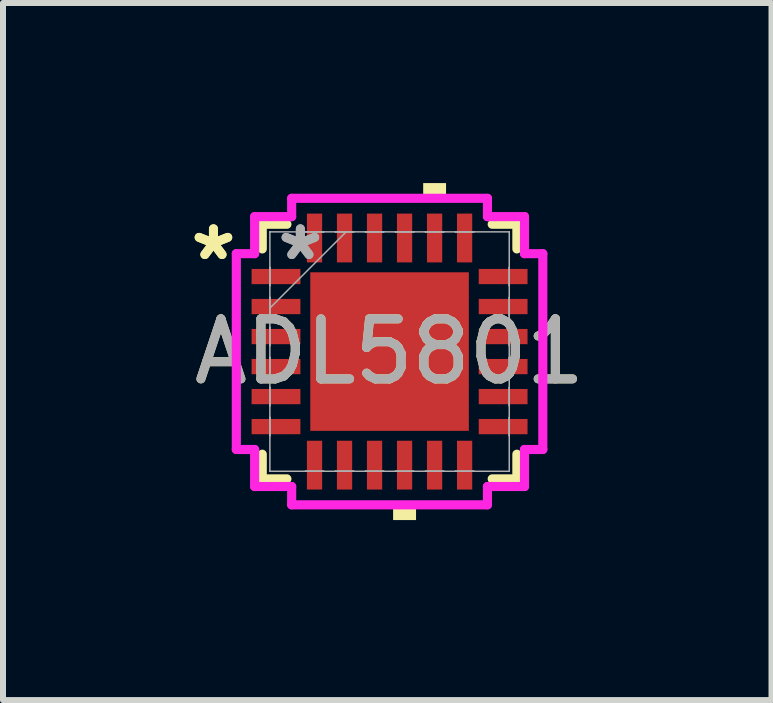
<source format=kicad_pcb>
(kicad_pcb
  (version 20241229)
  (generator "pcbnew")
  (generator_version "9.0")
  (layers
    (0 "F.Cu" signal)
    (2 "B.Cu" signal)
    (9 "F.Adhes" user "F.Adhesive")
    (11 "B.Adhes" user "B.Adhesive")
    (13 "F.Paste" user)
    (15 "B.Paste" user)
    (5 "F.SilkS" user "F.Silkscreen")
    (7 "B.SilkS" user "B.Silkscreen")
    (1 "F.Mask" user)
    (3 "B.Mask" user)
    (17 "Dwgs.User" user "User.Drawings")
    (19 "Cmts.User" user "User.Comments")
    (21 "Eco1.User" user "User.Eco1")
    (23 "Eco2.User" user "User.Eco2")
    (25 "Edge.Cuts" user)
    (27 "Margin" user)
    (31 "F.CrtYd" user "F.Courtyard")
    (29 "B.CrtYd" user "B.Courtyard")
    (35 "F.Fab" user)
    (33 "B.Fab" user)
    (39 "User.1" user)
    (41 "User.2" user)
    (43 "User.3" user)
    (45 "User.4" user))
  (footprint "ADL5801"
    (layer "F.Cu")
    (at 3.44 2.807)
    (property "Reference" "ADL5801" (at 0 0 0) (unlocked yes) (layer "F.SilkS") (effects (font (size 1 1) (thickness 0.15))))
    (attr smd)
    (fp_line (start -2.121 -2.121) (end -2.121 -1.71) (stroke (width 0.152) (type solid)) (layer "F.SilkS"))
    (fp_line (start -2.121 1.71) (end -2.121 2.121) (stroke (width 0.152) (type solid)) (layer "F.SilkS"))
    (fp_line (start -2.121 2.121) (end -1.71 2.121) (stroke (width 0.152) (type solid)) (layer "F.SilkS"))
    (fp_line (start -1.71 -2.121) (end -2.121 -2.121) (stroke (width 0.152) (type solid)) (layer "F.SilkS"))
    (fp_line (start 1.71 2.121) (end 2.121 2.121) (stroke (width 0.152) (type solid)) (layer "F.SilkS"))
    (fp_line (start 2.121 -2.121) (end 1.71 -2.121) (stroke (width 0.152) (type solid)) (layer "F.SilkS"))
    (fp_line (start 2.121 -1.71) (end 2.121 -2.121) (stroke (width 0.152) (type solid)) (layer "F.SilkS"))
    (fp_line (start 2.121 2.121) (end 2.121 1.71) (stroke (width 0.152) (type solid)) (layer "F.SilkS"))
    (fp_poly (pts (xy 0.059 2.553) (xy 0.059 2.807) (xy 0.441 2.807) (xy 0.441 2.553)) (stroke (width 0) (type solid)) (fill yes) (layer "F.SilkS"))
    (fp_poly (pts (xy 0.56 -2.553) (xy 0.56 -2.807) (xy 0.941 -2.807) (xy 0.941 -2.553)) (stroke (width 0) (type solid)) (fill yes) (layer "F.SilkS"))
    (fp_poly (pts (xy -1.221 -1.221) (xy -1.221 -0.1) (xy -0.1 -0.1) (xy -0.1 -1.221)) (stroke (width 0) (type solid)) (fill yes) (layer "F.Paste"))
    (fp_poly (pts (xy -1.221 0.1) (xy -1.221 1.221) (xy -0.1 1.221) (xy -0.1 0.1)) (stroke (width 0) (type solid)) (fill yes) (layer "F.Paste"))
    (fp_poly (pts (xy 0.1 -1.221) (xy 0.1 -0.1) (xy 1.221 -0.1) (xy 1.221 -1.221)) (stroke (width 0) (type solid)) (fill yes) (layer "F.Paste"))
    (fp_poly (pts (xy 0.1 0.1) (xy 0.1 1.221) (xy 1.221 1.221) (xy 1.221 0.1)) (stroke (width 0) (type solid)) (fill yes) (layer "F.Paste"))
    (fp_line (start -2.553 -1.631) (end -2.248 -1.631) (stroke (width 0.152) (type solid)) (layer "F.CrtYd"))
    (fp_line (start -2.553 1.631) (end -2.553 -1.631) (stroke (width 0.152) (type solid)) (layer "F.CrtYd"))
    (fp_line (start -2.248 -2.248) (end -1.631 -2.248) (stroke (width 0.152) (type solid)) (layer "F.CrtYd"))
    (fp_line (start -2.248 -1.631) (end -2.248 -2.248) (stroke (width 0.152) (type solid)) (layer "F.CrtYd"))
    (fp_line (start -2.248 1.631) (end -2.553 1.631) (stroke (width 0.152) (type solid)) (layer "F.CrtYd"))
    (fp_line (start -2.248 2.248) (end -2.248 1.631) (stroke (width 0.152) (type solid)) (layer "F.CrtYd"))
    (fp_line (start -1.631 -2.553) (end 1.631 -2.553) (stroke (width 0.152) (type solid)) (layer "F.CrtYd"))
    (fp_line (start -1.631 -2.248) (end -1.631 -2.553) (stroke (width 0.152) (type solid)) (layer "F.CrtYd"))
    (fp_line (start -1.631 2.248) (end -2.248 2.248) (stroke (width 0.152) (type solid)) (layer "F.CrtYd"))
    (fp_line (start -1.631 2.553) (end -1.631 2.248) (stroke (width 0.152) (type solid)) (layer "F.CrtYd"))
    (fp_line (start 1.631 -2.553) (end 1.631 -2.248) (stroke (width 0.152) (type solid)) (layer "F.CrtYd"))
    (fp_line (start 1.631 -2.248) (end 2.248 -2.248) (stroke (width 0.152) (type solid)) (layer "F.CrtYd"))
    (fp_line (start 1.631 2.248) (end 1.631 2.553) (stroke (width 0.152) (type solid)) (layer "F.CrtYd"))
    (fp_line (start 1.631 2.553) (end -1.631 2.553) (stroke (width 0.152) (type solid)) (layer "F.CrtYd"))
    (fp_line (start 2.248 -2.248) (end 2.248 -1.631) (stroke (width 0.152) (type solid)) (layer "F.CrtYd"))
    (fp_line (start 2.248 -1.631) (end 2.553 -1.631) (stroke (width 0.152) (type solid)) (layer "F.CrtYd"))
    (fp_line (start 2.248 1.631) (end 2.248 2.248) (stroke (width 0.152) (type solid)) (layer "F.CrtYd"))
    (fp_line (start 2.248 2.248) (end 1.631 2.248) (stroke (width 0.152) (type solid)) (layer "F.CrtYd"))
    (fp_line (start 2.553 -1.631) (end 2.553 1.631) (stroke (width 0.152) (type solid)) (layer "F.CrtYd"))
    (fp_line (start 2.553 1.631) (end 2.248 1.631) (stroke (width 0.152) (type solid)) (layer "F.CrtYd"))
    (fp_line (start -1.994 -1.994) (end -1.994 -1.994) (stroke (width 0.025) (type solid)) (layer "F.Fab"))
    (fp_line (start -1.994 -1.994) (end -1.994 1.994) (stroke (width 0.025) (type solid)) (layer "F.Fab"))
    (fp_line (start -1.994 -1.402) (end -1.994 -1.402) (stroke (width 0.025) (type solid)) (layer "F.Fab"))
    (fp_line (start -1.994 -1.402) (end -1.994 -1.098) (stroke (width 0.025) (type solid)) (layer "F.Fab"))
    (fp_line (start -1.994 -1.098) (end -1.994 -1.402) (stroke (width 0.025) (type solid)) (layer "F.Fab"))
    (fp_line (start -1.994 -1.098) (end -1.994 -1.098) (stroke (width 0.025) (type solid)) (layer "F.Fab"))
    (fp_line (start -1.994 -0.902) (end -1.994 -0.902) (stroke (width 0.025) (type solid)) (layer "F.Fab"))
    (fp_line (start -1.994 -0.902) (end -1.994 -0.598) (stroke (width 0.025) (type solid)) (layer "F.Fab"))
    (fp_line (start -1.994 -0.724) (end -0.724 -1.994) (stroke (width 0.025) (type solid)) (layer "F.Fab"))
    (fp_line (start -1.994 -0.598) (end -1.994 -0.902) (stroke (width 0.025) (type solid)) (layer "F.Fab"))
    (fp_line (start -1.994 -0.598) (end -1.994 -0.598) (stroke (width 0.025) (type solid)) (layer "F.Fab"))
    (fp_line (start -1.994 -0.402) (end -1.994 -0.402) (stroke (width 0.025) (type solid)) (layer "F.Fab"))
    (fp_line (start -1.994 -0.402) (end -1.994 -0.098) (stroke (width 0.025) (type solid)) (layer "F.Fab"))
    (fp_line (start -1.994 -0.098) (end -1.994 -0.402) (stroke (width 0.025) (type solid)) (layer "F.Fab"))
    (fp_line (start -1.994 -0.098) (end -1.994 -0.098) (stroke (width 0.025) (type solid)) (layer "F.Fab"))
    (fp_line (start -1.994 0.098) (end -1.994 0.098) (stroke (width 0.025) (type solid)) (layer "F.Fab"))
    (fp_line (start -1.994 0.098) (end -1.994 0.402) (stroke (width 0.025) (type solid)) (layer "F.Fab"))
    (fp_line (start -1.994 0.402) (end -1.994 0.098) (stroke (width 0.025) (type solid)) (layer "F.Fab"))
    (fp_line (start -1.994 0.402) (end -1.994 0.402) (stroke (width 0.025) (type solid)) (layer "F.Fab"))
    (fp_line (start -1.994 0.598) (end -1.994 0.598) (stroke (width 0.025) (type solid)) (layer "F.Fab"))
    (fp_line (start -1.994 0.598) (end -1.994 0.902) (stroke (width 0.025) (type solid)) (layer "F.Fab"))
    (fp_line (start -1.994 0.902) (end -1.994 0.598) (stroke (width 0.025) (type solid)) (layer "F.Fab"))
    (fp_line (start -1.994 0.902) (end -1.994 0.902) (stroke (width 0.025) (type solid)) (layer "F.Fab"))
    (fp_line (start -1.994 1.098) (end -1.994 1.098) (stroke (width 0.025) (type solid)) (layer "F.Fab"))
    (fp_line (start -1.994 1.098) (end -1.994 1.402) (stroke (width 0.025) (type solid)) (layer "F.Fab"))
    (fp_line (start -1.994 1.402) (end -1.994 1.098) (stroke (width 0.025) (type solid)) (layer "F.Fab"))
    (fp_line (start -1.994 1.402) (end -1.994 1.402) (stroke (width 0.025) (type solid)) (layer "F.Fab"))
    (fp_line (start -1.994 1.994) (end -1.994 1.994) (stroke (width 0.025) (type solid)) (layer "F.Fab"))
    (fp_line (start -1.994 1.994) (end 1.994 1.994) (stroke (width 0.025) (type solid)) (layer "F.Fab"))
    (fp_line (start -1.402 -1.994) (end -1.402 -1.994) (stroke (width 0.025) (type solid)) (layer "F.Fab"))
    (fp_line (start -1.402 -1.994) (end -1.098 -1.994) (stroke (width 0.025) (type solid)) (layer "F.Fab"))
    (fp_line (start -1.402 1.994) (end -1.402 1.994) (stroke (width 0.025) (type solid)) (layer "F.Fab"))
    (fp_line (start -1.402 1.994) (end -1.098 1.994) (stroke (width 0.025) (type solid)) (layer "F.Fab"))
    (fp_line (start -1.098 -1.994) (end -1.402 -1.994) (stroke (width 0.025) (type solid)) (layer "F.Fab"))
    (fp_line (start -1.098 -1.994) (end -1.098 -1.994) (stroke (width 0.025) (type solid)) (layer "F.Fab"))
    (fp_line (start -1.098 1.994) (end -1.402 1.994) (stroke (width 0.025) (type solid)) (layer "F.Fab"))
    (fp_line (start -1.098 1.994) (end -1.098 1.994) (stroke (width 0.025) (type solid)) (layer "F.Fab"))
    (fp_line (start -0.902 -1.994) (end -0.902 -1.994) (stroke (width 0.025) (type solid)) (layer "F.Fab"))
    (fp_line (start -0.902 -1.994) (end -0.598 -1.994) (stroke (width 0.025) (type solid)) (layer "F.Fab"))
    (fp_line (start -0.902 1.994) (end -0.902 1.994) (stroke (width 0.025) (type solid)) (layer "F.Fab"))
    (fp_line (start -0.902 1.994) (end -0.598 1.994) (stroke (width 0.025) (type solid)) (layer "F.Fab"))
    (fp_line (start -0.598 -1.994) (end -0.902 -1.994) (stroke (width 0.025) (type solid)) (layer "F.Fab"))
    (fp_line (start -0.598 -1.994) (end -0.598 -1.994) (stroke (width 0.025) (type solid)) (layer "F.Fab"))
    (fp_line (start -0.598 1.994) (end -0.902 1.994) (stroke (width 0.025) (type solid)) (layer "F.Fab"))
    (fp_line (start -0.598 1.994) (end -0.598 1.994) (stroke (width 0.025) (type solid)) (layer "F.Fab"))
    (fp_line (start -0.402 -1.994) (end -0.402 -1.994) (stroke (width 0.025) (type solid)) (layer "F.Fab"))
    (fp_line (start -0.402 -1.994) (end -0.098 -1.994) (stroke (width 0.025) (type solid)) (layer "F.Fab"))
    (fp_line (start -0.402 1.994) (end -0.402 1.994) (stroke (width 0.025) (type solid)) (layer "F.Fab"))
    (fp_line (start -0.402 1.994) (end -0.098 1.994) (stroke (width 0.025) (type solid)) (layer "F.Fab"))
    (fp_line (start -0.098 -1.994) (end -0.402 -1.994) (stroke (width 0.025) (type solid)) (layer "F.Fab"))
    (fp_line (start -0.098 -1.994) (end -0.098 -1.994) (stroke (width 0.025) (type solid)) (layer "F.Fab"))
    (fp_line (start -0.098 1.994) (end -0.402 1.994) (stroke (width 0.025) (type solid)) (layer "F.Fab"))
    (fp_line (start -0.098 1.994) (end -0.098 1.994) (stroke (width 0.025) (type solid)) (layer "F.Fab"))
    (fp_line (start 0.098 -1.994) (end 0.098 -1.994) (stroke (width 0.025) (type solid)) (layer "F.Fab"))
    (fp_line (start 0.098 -1.994) (end 0.402 -1.994) (stroke (width 0.025) (type solid)) (layer "F.Fab"))
    (fp_line (start 0.098 1.994) (end 0.098 1.994) (stroke (width 0.025) (type solid)) (layer "F.Fab"))
    (fp_line (start 0.098 1.994) (end 0.402 1.994) (stroke (width 0.025) (type solid)) (layer "F.Fab"))
    (fp_line (start 0.402 -1.994) (end 0.098 -1.994) (stroke (width 0.025) (type solid)) (layer "F.Fab"))
    (fp_line (start 0.402 -1.994) (end 0.402 -1.994) (stroke (width 0.025) (type solid)) (layer "F.Fab"))
    (fp_line (start 0.402 1.994) (end 0.098 1.994) (stroke (width 0.025) (type solid)) (layer "F.Fab"))
    (fp_line (start 0.402 1.994) (end 0.402 1.994) (stroke (width 0.025) (type solid)) (layer "F.Fab"))
    (fp_line (start 0.598 -1.994) (end 0.598 -1.994) (stroke (width 0.025) (type solid)) (layer "F.Fab"))
    (fp_line (start 0.598 -1.994) (end 0.902 -1.994) (stroke (width 0.025) (type solid)) (layer "F.Fab"))
    (fp_line (start 0.598 1.994) (end 0.598 1.994) (stroke (width 0.025) (type solid)) (layer "F.Fab"))
    (fp_line (start 0.598 1.994) (end 0.902 1.994) (stroke (width 0.025) (type solid)) (layer "F.Fab"))
    (fp_line (start 0.902 -1.994) (end 0.598 -1.994) (stroke (width 0.025) (type solid)) (layer "F.Fab"))
    (fp_line (start 0.902 -1.994) (end 0.902 -1.994) (stroke (width 0.025) (type solid)) (layer "F.Fab"))
    (fp_line (start 0.902 1.994) (end 0.598 1.994) (stroke (width 0.025) (type solid)) (layer "F.Fab"))
    (fp_line (start 0.902 1.994) (end 0.902 1.994) (stroke (width 0.025) (type solid)) (layer "F.Fab"))
    (fp_line (start 1.098 -1.994) (end 1.098 -1.994) (stroke (width 0.025) (type solid)) (layer "F.Fab"))
    (fp_line (start 1.098 -1.994) (end 1.402 -1.994) (stroke (width 0.025) (type solid)) (layer "F.Fab"))
    (fp_line (start 1.098 1.994) (end 1.098 1.994) (stroke (width 0.025) (type solid)) (layer "F.Fab"))
    (fp_line (start 1.098 1.994) (end 1.402 1.994) (stroke (width 0.025) (type solid)) (layer "F.Fab"))
    (fp_line (start 1.402 -1.994) (end 1.098 -1.994) (stroke (width 0.025) (type solid)) (layer "F.Fab"))
    (fp_line (start 1.402 -1.994) (end 1.402 -1.994) (stroke (width 0.025) (type solid)) (layer "F.Fab"))
    (fp_line (start 1.402 1.994) (end 1.098 1.994) (stroke (width 0.025) (type solid)) (layer "F.Fab"))
    (fp_line (start 1.402 1.994) (end 1.402 1.994) (stroke (width 0.025) (type solid)) (layer "F.Fab"))
    (fp_line (start 1.994 -1.994) (end -1.994 -1.994) (stroke (width 0.025) (type solid)) (layer "F.Fab"))
    (fp_line (start 1.994 -1.994) (end 1.994 -1.994) (stroke (width 0.025) (type solid)) (layer "F.Fab"))
    (fp_line (start 1.994 -1.402) (end 1.994 -1.402) (stroke (width 0.025) (type solid)) (layer "F.Fab"))
    (fp_line (start 1.994 -1.402) (end 1.994 -1.098) (stroke (width 0.025) (type solid)) (layer "F.Fab"))
    (fp_line (start 1.994 -1.098) (end 1.994 -1.402) (stroke (width 0.025) (type solid)) (layer "F.Fab"))
    (fp_line (start 1.994 -1.098) (end 1.994 -1.098) (stroke (width 0.025) (type solid)) (layer "F.Fab"))
    (fp_line (start 1.994 -0.902) (end 1.994 -0.902) (stroke (width 0.025) (type solid)) (layer "F.Fab"))
    (fp_line (start 1.994 -0.902) (end 1.994 -0.598) (stroke (width 0.025) (type solid)) (layer "F.Fab"))
    (fp_line (start 1.994 -0.598) (end 1.994 -0.902) (stroke (width 0.025) (type solid)) (layer "F.Fab"))
    (fp_line (start 1.994 -0.598) (end 1.994 -0.598) (stroke (width 0.025) (type solid)) (layer "F.Fab"))
    (fp_line (start 1.994 -0.402) (end 1.994 -0.402) (stroke (width 0.025) (type solid)) (layer "F.Fab"))
    (fp_line (start 1.994 -0.402) (end 1.994 -0.098) (stroke (width 0.025) (type solid)) (layer "F.Fab"))
    (fp_line (start 1.994 -0.098) (end 1.994 -0.402) (stroke (width 0.025) (type solid)) (layer "F.Fab"))
    (fp_line (start 1.994 -0.098) (end 1.994 -0.098) (stroke (width 0.025) (type solid)) (layer "F.Fab"))
    (fp_line (start 1.994 0.098) (end 1.994 0.098) (stroke (width 0.025) (type solid)) (layer "F.Fab"))
    (fp_line (start 1.994 0.098) (end 1.994 0.402) (stroke (width 0.025) (type solid)) (layer "F.Fab"))
    (fp_line (start 1.994 0.402) (end 1.994 0.098) (stroke (width 0.025) (type solid)) (layer "F.Fab"))
    (fp_line (start 1.994 0.402) (end 1.994 0.402) (stroke (width 0.025) (type solid)) (layer "F.Fab"))
    (fp_line (start 1.994 0.598) (end 1.994 0.598) (stroke (width 0.025) (type solid)) (layer "F.Fab"))
    (fp_line (start 1.994 0.598) (end 1.994 0.902) (stroke (width 0.025) (type solid)) (layer "F.Fab"))
    (fp_line (start 1.994 0.902) (end 1.994 0.598) (stroke (width 0.025) (type solid)) (layer "F.Fab"))
    (fp_line (start 1.994 0.902) (end 1.994 0.902) (stroke (width 0.025) (type solid)) (layer "F.Fab"))
    (fp_line (start 1.994 1.098) (end 1.994 1.098) (stroke (width 0.025) (type solid)) (layer "F.Fab"))
    (fp_line (start 1.994 1.098) (end 1.994 1.402) (stroke (width 0.025) (type solid)) (layer "F.Fab"))
    (fp_line (start 1.994 1.402) (end 1.994 1.098) (stroke (width 0.025) (type solid)) (layer "F.Fab"))
    (fp_line (start 1.994 1.402) (end 1.994 1.402) (stroke (width 0.025) (type solid)) (layer "F.Fab"))
    (fp_line (start 1.994 1.994) (end 1.994 -1.994) (stroke (width 0.025) (type solid)) (layer "F.Fab"))
    (fp_line (start 1.994 1.994) (end 1.994 1.994) (stroke (width 0.025) (type solid)) (layer "F.Fab"))
    (fp_text user "*" (at -2.934 -1.5 0) (unlocked yes) (layer "F.SilkS") (effects (font (size 1 1) (thickness 0.15))))
    (fp_text user "*" (at -2.934 -1.5 0) (layer "F.SilkS") (effects (font (size 1 1) (thickness 0.15))))
    (fp_text user "*" (at -1.486 -1.5 0) (layer "F.Fab") (effects (font (size 1 1) (thickness 0.15))))
    (fp_text user "*" (at -1.486 -1.5 0) (unlocked yes) (layer "F.Fab") (effects (font (size 1 1) (thickness 0.15))))
    (fp_text user "${REFERENCE}" (at 0 0 0) (unlocked yes) (layer "F.Fab") (effects (font (size 1 1) (thickness 0.15))))
    (pad "1" smd rect (at -1.892 -1.25 90) (size 0.254 0.813) (layers "F.Cu" "F.Mask" "F.Paste"))
    (pad "2" smd rect (at -1.892 -0.75 90) (size 0.254 0.813) (layers "F.Cu" "F.Mask" "F.Paste"))
    (pad "3" smd rect (at -1.892 -0.25 90) (size 0.254 0.813) (layers "F.Cu" "F.Mask" "F.Paste"))
    (pad "4" smd rect (at -1.892 0.25 90) (size 0.254 0.813) (layers "F.Cu" "F.Mask" "F.Paste"))
    (pad "5" smd rect (at -1.892 0.75 90) (size 0.254 0.813) (layers "F.Cu" "F.Mask" "F.Paste"))
    (pad "6" smd rect (at -1.892 1.25 90) (size 0.254 0.813) (layers "F.Cu" "F.Mask" "F.Paste"))
    (pad "7" smd rect (at -1.25 1.892) (size 0.254 0.813) (layers "F.Cu" "F.Mask" "F.Paste"))
    (pad "8" smd rect (at -0.75 1.892) (size 0.254 0.813) (layers "F.Cu" "F.Mask" "F.Paste"))
    (pad "9" smd rect (at -0.25 1.892) (size 0.254 0.813) (layers "F.Cu" "F.Mask" "F.Paste"))
    (pad "10" smd rect (at 0.25 1.892) (size 0.254 0.813) (layers "F.Cu" "F.Mask" "F.Paste"))
    (pad "11" smd rect (at 0.75 1.892) (size 0.254 0.813) (layers "F.Cu" "F.Mask" "F.Paste"))
    (pad "12" smd rect (at 1.25 1.892) (size 0.254 0.813) (layers "F.Cu" "F.Mask" "F.Paste"))
    (pad "13" smd rect (at 1.892 1.25 90) (size 0.254 0.813) (layers "F.Cu" "F.Mask" "F.Paste"))
    (pad "14" smd rect (at 1.892 0.75 90) (size 0.254 0.813) (layers "F.Cu" "F.Mask" "F.Paste"))
    (pad "15" smd rect (at 1.892 0.25 90) (size 0.254 0.813) (layers "F.Cu" "F.Mask" "F.Paste"))
    (pad "16" smd rect (at 1.892 -0.25 90) (size 0.254 0.813) (layers "F.Cu" "F.Mask" "F.Paste"))
    (pad "17" smd rect (at 1.892 -0.75 90) (size 0.254 0.813) (layers "F.Cu" "F.Mask" "F.Paste"))
    (pad "18" smd rect (at 1.892 -1.25 90) (size 0.254 0.813) (layers "F.Cu" "F.Mask" "F.Paste"))
    (pad "19" smd rect (at 1.25 -1.892) (size 0.254 0.813) (layers "F.Cu" "F.Mask" "F.Paste"))
    (pad "20" smd rect (at 0.75 -1.892) (size 0.254 0.813) (layers "F.Cu" "F.Mask" "F.Paste"))
    (pad "21" smd rect (at 0.25 -1.892) (size 0.254 0.813) (layers "F.Cu" "F.Mask" "F.Paste"))
    (pad "22" smd rect (at -0.25 -1.892) (size 0.254 0.813) (layers "F.Cu" "F.Mask" "F.Paste"))
    (pad "23" smd rect (at -0.75 -1.892) (size 0.254 0.813) (layers "F.Cu" "F.Mask" "F.Paste"))
    (pad "24" smd rect (at -1.25 -1.892) (size 0.254 0.813) (layers "F.Cu" "F.Mask" "F.Paste"))
    (pad "25" smd rect (at 0 0) (size 2.642 2.642) (layers "F.Cu" "F.Mask" "F.Paste")))
  (gr_rect
    (start -3 -3)
    (end 9.803 8.613)
    (stroke (width 0.1) (type default))
    (fill no)
    (layer "Edge.Cuts")))
</source>
